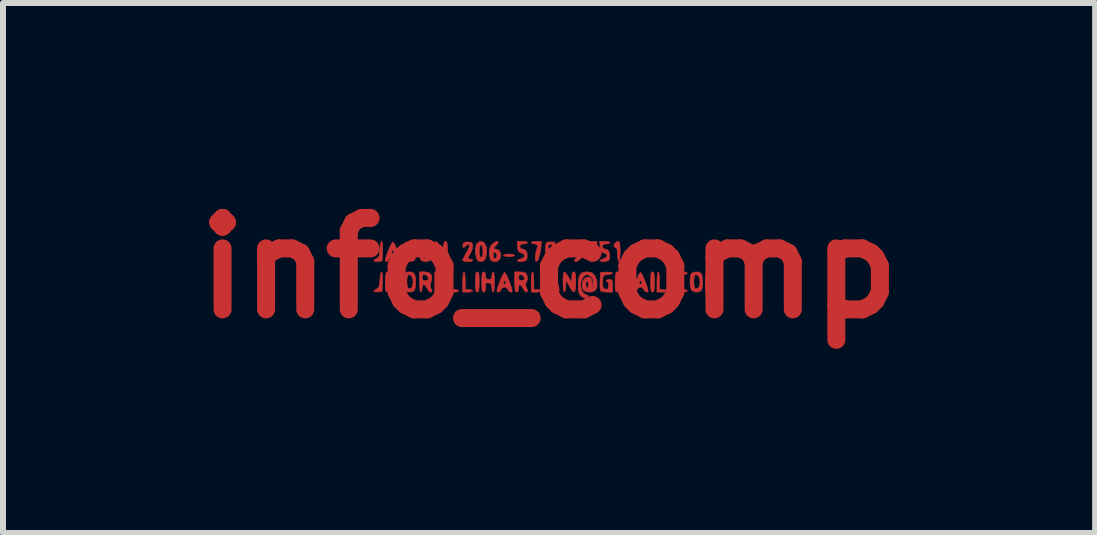
<source format=kicad_pcb>
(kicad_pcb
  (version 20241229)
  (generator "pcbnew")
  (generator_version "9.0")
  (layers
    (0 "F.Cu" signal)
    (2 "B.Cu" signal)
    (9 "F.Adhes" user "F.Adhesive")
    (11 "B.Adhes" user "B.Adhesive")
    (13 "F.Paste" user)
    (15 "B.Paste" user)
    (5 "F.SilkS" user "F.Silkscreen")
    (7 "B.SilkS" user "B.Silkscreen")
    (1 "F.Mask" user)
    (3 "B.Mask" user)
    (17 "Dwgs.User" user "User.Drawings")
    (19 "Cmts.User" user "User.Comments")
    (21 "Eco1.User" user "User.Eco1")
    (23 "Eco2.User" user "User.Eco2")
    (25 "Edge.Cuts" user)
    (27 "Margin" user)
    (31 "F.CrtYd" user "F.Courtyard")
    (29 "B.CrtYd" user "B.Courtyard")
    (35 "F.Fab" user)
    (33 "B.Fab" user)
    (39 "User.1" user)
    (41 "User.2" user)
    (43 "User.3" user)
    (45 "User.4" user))
  (footprint "info_comp"
    (layer "F.Cu")
    (at 6.103 1.418)
    (property "Reference" "info_comp" (at 0 0 0) (layer "F.Cu") (effects (font (size 1.524 1.524) (thickness 0.3))))
    (attr through_hole)
    (fp_poly (pts (xy 2.072 0.356) (xy 2.074 0.37) (xy 2.063 0.399) (xy 2.053 0.402) (xy 2.034 0.385) (xy 2.032 0.37) (xy 2.043 0.342) (xy 2.053 0.339) (xy 2.072 0.356)) (stroke (width 0.01) (type solid)) (fill yes) (layer "F.Cu"))
    (fp_poly (pts (xy -0.61 -0.229) (xy -0.576 -0.218) (xy -0.572 -0.212) (xy -0.59 -0.199) (xy -0.638 -0.191) (xy -0.667 -0.191) (xy -0.724 -0.195) (xy -0.758 -0.205) (xy -0.762 -0.212) (xy -0.743 -0.224) (xy -0.695 -0.232) (xy -0.667 -0.233) (xy -0.61 -0.229)) (stroke (width 0.01) (type solid)) (fill yes) (layer "F.Cu"))
    (fp_poly (pts (xy 0.3 -0.229) (xy 0.334 -0.218) (xy 0.339 -0.212) (xy 0.32 -0.199) (xy 0.272 -0.191) (xy 0.243 -0.191) (xy 0.187 -0.195) (xy 0.153 -0.205) (xy 0.148 -0.212) (xy 0.167 -0.224) (xy 0.215 -0.232) (xy 0.243 -0.233) (xy 0.3 -0.229)) (stroke (width 0.01) (type solid)) (fill yes) (layer "F.Cu"))
    (fp_poly (pts (xy -1.18 0.071) (xy -1.17 0.1) (xy -1.165 0.158) (xy -1.164 0.233) (xy -1.166 0.32) (xy -1.171 0.372) (xy -1.182 0.397) (xy -1.196 0.402) (xy -1.212 0.394) (xy -1.222 0.365) (xy -1.227 0.308) (xy -1.228 0.233) (xy -1.226 0.146) (xy -1.221 0.094) (xy -1.21 0.069) (xy -1.196 0.064) (xy -1.18 0.071)) (stroke (width 0.01) (type solid)) (fill yes) (layer "F.Cu"))
    (fp_poly (pts (xy 1.741 0.071) (xy 1.751 0.1) (xy 1.756 0.158) (xy 1.757 0.233) (xy 1.755 0.32) (xy 1.75 0.372) (xy 1.739 0.397) (xy 1.725 0.402) (xy 1.709 0.394) (xy 1.699 0.365) (xy 1.694 0.308) (xy 1.693 0.233) (xy 1.695 0.146) (xy 1.7 0.094) (xy 1.711 0.069) (xy 1.725 0.064) (xy 1.741 0.071)) (stroke (width 0.01) (type solid)) (fill yes) (layer "F.Cu"))
    (fp_poly (pts (xy -1.64 0.083) (xy -1.633 0.136) (xy -1.63 0.212) (xy -1.63 0.36) (xy -1.566 0.36) (xy -1.522 0.366) (xy -1.503 0.381) (xy -1.503 0.381) (xy -1.522 0.394) (xy -1.569 0.402) (xy -1.587 0.402) (xy -1.672 0.402) (xy -1.672 0.233) (xy -1.67 0.149) (xy -1.663 0.09) (xy -1.653 0.064) (xy -1.651 0.064) (xy -1.64 0.083)) (stroke (width 0.01) (type solid)) (fill yes) (layer "F.Cu"))
    (fp_poly (pts (xy -1.407 0.083) (xy -1.4 0.136) (xy -1.397 0.212) (xy -1.397 0.36) (xy -1.333 0.36) (xy -1.289 0.366) (xy -1.27 0.381) (xy -1.27 0.381) (xy -1.289 0.394) (xy -1.336 0.402) (xy -1.355 0.402) (xy -1.439 0.402) (xy -1.439 0.233) (xy -1.437 0.149) (xy -1.43 0.09) (xy -1.42 0.064) (xy -1.418 0.064) (xy -1.407 0.083)) (stroke (width 0.01) (type solid)) (fill yes) (layer "F.Cu"))
    (fp_poly (pts (xy -0.264 0.083) (xy -0.257 0.136) (xy -0.254 0.212) (xy -0.254 0.36) (xy -0.191 0.36) (xy -0.146 0.366) (xy -0.127 0.381) (xy -0.127 0.381) (xy -0.146 0.394) (xy -0.193 0.402) (xy -0.212 0.402) (xy -0.296 0.402) (xy -0.296 0.233) (xy -0.294 0.149) (xy -0.287 0.09) (xy -0.277 0.064) (xy -0.275 0.064) (xy -0.264 0.083)) (stroke (width 0.01) (type solid)) (fill yes) (layer "F.Cu"))
    (fp_poly (pts (xy 1.831 0.083) (xy 1.839 0.136) (xy 1.841 0.212) (xy 1.841 0.36) (xy 1.905 0.36) (xy 1.95 0.366) (xy 1.968 0.381) (xy 1.968 0.381) (xy 1.95 0.394) (xy 1.903 0.402) (xy 1.884 0.402) (xy 1.799 0.402) (xy 1.799 0.233) (xy 1.802 0.149) (xy 1.808 0.09) (xy 1.818 0.064) (xy 1.82 0.064) (xy 1.831 0.083)) (stroke (width 0.01) (type solid)) (fill yes) (layer "F.Cu"))
    (fp_poly (pts (xy -2.782 -0.425) (xy -2.777 -0.369) (xy -2.777 -0.285) (xy -2.777 -0.28) (xy -2.783 -0.116) (xy -2.852 -0.11) (xy -2.899 -0.11) (xy -2.921 -0.119) (xy -2.921 -0.121) (xy -2.904 -0.142) (xy -2.873 -0.159) (xy -2.846 -0.177) (xy -2.831 -0.207) (xy -2.823 -0.262) (xy -2.819 -0.312) (xy -2.813 -0.381) (xy -2.803 -0.429) (xy -2.792 -0.445) (xy -2.782 -0.425)) (stroke (width 0.01) (type solid)) (fill yes) (layer "F.Cu"))
    (fp_poly (pts (xy -2.782 0.083) (xy -2.777 0.139) (xy -2.777 0.223) (xy -2.777 0.228) (xy -2.783 0.392) (xy -2.852 0.398) (xy -2.899 0.398) (xy -2.921 0.389) (xy -2.921 0.387) (xy -2.904 0.366) (xy -2.873 0.349) (xy -2.846 0.331) (xy -2.831 0.301) (xy -2.823 0.246) (xy -2.819 0.196) (xy -2.813 0.127) (xy -2.803 0.079) (xy -2.792 0.064) (xy -2.782 0.083)) (stroke (width 0.01) (type solid)) (fill yes) (layer "F.Cu"))
    (fp_poly (pts (xy 1.164 -0.441) (xy 1.179 -0.401) (xy 1.185 -0.323) (xy 1.185 -0.275) (xy 1.183 -0.191) (xy 1.176 -0.132) (xy 1.166 -0.106) (xy 1.164 -0.106) (xy 1.153 -0.125) (xy 1.145 -0.174) (xy 1.143 -0.222) (xy 1.14 -0.292) (xy 1.13 -0.329) (xy 1.111 -0.339) (xy 1.084 -0.353) (xy 1.084 -0.387) (xy 1.105 -0.419) (xy 1.14 -0.446) (xy 1.164 -0.441)) (stroke (width 0.01) (type solid)) (fill yes) (layer "F.Cu"))
    (fp_poly (pts (xy -0.134 -0.355) (xy -0.142 -0.291) (xy -0.151 -0.242) (xy -0.154 -0.233) (xy -0.169 -0.184) (xy -0.173 -0.161) (xy -0.191 -0.122) (xy -0.207 -0.111) (xy -0.223 -0.118) (xy -0.229 -0.157) (xy -0.227 -0.198) (xy -0.22 -0.259) (xy -0.21 -0.301) (xy -0.206 -0.309) (xy -0.193 -0.342) (xy -0.191 -0.363) (xy -0.205 -0.394) (xy -0.243 -0.402) (xy -0.283 -0.409) (xy -0.296 -0.423) (xy -0.278 -0.437) (xy -0.231 -0.444) (xy -0.211 -0.445) (xy -0.127 -0.445) (xy -0.134 -0.355)) (stroke (width 0.01) (type solid)) (fill yes) (layer "F.Cu"))
    (fp_poly (pts (xy 2.289 0.07) (xy 2.306 0.086) (xy 2.285 0.102) (xy 2.249 0.11) (xy 2.216 0.116) (xy 2.198 0.134) (xy 2.192 0.172) (xy 2.191 0.233) (xy 2.192 0.3) (xy 2.2 0.335) (xy 2.219 0.351) (xy 2.249 0.356) (xy 2.291 0.367) (xy 2.307 0.382) (xy 2.289 0.397) (xy 2.247 0.402) (xy 2.196 0.398) (xy 2.154 0.385) (xy 2.142 0.377) (xy 2.128 0.343) (xy 2.119 0.282) (xy 2.117 0.233) (xy 2.122 0.147) (xy 2.142 0.095) (xy 2.182 0.069) (xy 2.237 0.064) (xy 2.289 0.07)) (stroke (width 0.01) (type solid)) (fill yes) (layer "F.Cu"))
    (fp_poly (pts (xy 0.796 -0.349) (xy 0.792 -0.292) (xy 0.783 -0.258) (xy 0.779 -0.254) (xy 0.766 -0.236) (xy 0.752 -0.19) (xy 0.75 -0.18) (xy 0.732 -0.123) (xy 0.71 -0.105) (xy 0.692 -0.125) (xy 0.685 -0.182) (xy 0.685 -0.196) (xy 0.69 -0.254) (xy 0.698 -0.291) (xy 0.701 -0.296) (xy 0.717 -0.323) (xy 0.729 -0.355) (xy 0.734 -0.388) (xy 0.714 -0.4) (xy 0.679 -0.402) (xy 0.634 -0.408) (xy 0.614 -0.423) (xy 0.614 -0.423) (xy 0.633 -0.436) (xy 0.68 -0.444) (xy 0.706 -0.445) (xy 0.798 -0.445) (xy 0.796 -0.349)) (stroke (width 0.01) (type solid)) (fill yes) (layer "F.Cu"))
    (fp_poly (pts (xy -1.767 0.068) (xy -1.738 0.08) (xy -1.736 0.085) (xy -1.754 0.1) (xy -1.798 0.106) (xy -1.799 0.106) (xy -1.846 0.112) (xy -1.862 0.137) (xy -1.863 0.148) (xy -1.851 0.181) (xy -1.809 0.19) (xy -1.808 0.191) (xy -1.769 0.2) (xy -1.764 0.222) (xy -1.79 0.243) (xy -1.817 0.25) (xy -1.854 0.27) (xy -1.863 0.308) (xy -1.856 0.345) (xy -1.826 0.359) (xy -1.799 0.36) (xy -1.755 0.366) (xy -1.736 0.381) (xy -1.736 0.381) (xy -1.754 0.394) (xy -1.801 0.402) (xy -1.82 0.402) (xy -1.905 0.402) (xy -1.905 0.064) (xy -1.82 0.064) (xy -1.767 0.068)) (stroke (width 0.01) (type solid)) (fill yes) (layer "F.Cu"))
    (fp_poly (pts (xy -1.709 -0.437) (xy -1.699 -0.408) (xy -1.694 -0.35) (xy -1.693 -0.275) (xy -1.697 -0.178) (xy -1.707 -0.123) (xy -1.726 -0.107) (xy -1.755 -0.132) (xy -1.794 -0.195) (xy -1.799 -0.206) (xy -1.852 -0.306) (xy -1.859 -0.206) (xy -1.866 -0.137) (xy -1.877 -0.108) (xy -1.888 -0.114) (xy -1.898 -0.153) (xy -1.904 -0.222) (xy -1.905 -0.275) (xy -1.903 -0.354) (xy -1.897 -0.413) (xy -1.889 -0.443) (xy -1.886 -0.445) (xy -1.865 -0.428) (xy -1.833 -0.385) (xy -1.813 -0.355) (xy -1.758 -0.265) (xy -1.758 -0.355) (xy -1.752 -0.416) (xy -1.736 -0.442) (xy -1.725 -0.445) (xy -1.709 -0.437)) (stroke (width 0.01) (type solid)) (fill yes) (layer "F.Cu"))
    (fp_poly (pts (xy 0.429 0.071) (xy 0.439 0.1) (xy 0.443 0.158) (xy 0.445 0.233) (xy 0.441 0.33) (xy 0.431 0.385) (xy 0.412 0.401) (xy 0.383 0.376) (xy 0.344 0.313) (xy 0.339 0.302) (xy 0.286 0.202) (xy 0.279 0.302) (xy 0.272 0.371) (xy 0.261 0.4) (xy 0.25 0.394) (xy 0.24 0.355) (xy 0.234 0.286) (xy 0.233 0.233) (xy 0.235 0.154) (xy 0.241 0.095) (xy 0.249 0.065) (xy 0.252 0.064) (xy 0.273 0.08) (xy 0.305 0.123) (xy 0.325 0.153) (xy 0.379 0.243) (xy 0.38 0.153) (xy 0.386 0.092) (xy 0.402 0.066) (xy 0.413 0.064) (xy 0.429 0.071)) (stroke (width 0.01) (type solid)) (fill yes) (layer "F.Cu"))
    (fp_poly (pts (xy -1.304 -0.43) (xy -1.281 -0.41) (xy -1.274 -0.375) (xy -1.281 -0.316) (xy -1.307 -0.252) (xy -1.311 -0.246) (xy -1.343 -0.19) (xy -1.352 -0.161) (xy -1.336 -0.15) (xy -1.312 -0.148) (xy -1.278 -0.139) (xy -1.27 -0.127) (xy -1.289 -0.114) (xy -1.336 -0.106) (xy -1.355 -0.106) (xy -1.41 -0.111) (xy -1.438 -0.125) (xy -1.439 -0.13) (xy -1.429 -0.16) (xy -1.402 -0.213) (xy -1.374 -0.26) (xy -1.338 -0.327) (xy -1.325 -0.372) (xy -1.329 -0.385) (xy -1.359 -0.389) (xy -1.382 -0.372) (xy -1.419 -0.342) (xy -1.436 -0.35) (xy -1.436 -0.386) (xy -1.423 -0.419) (xy -1.389 -0.432) (xy -1.355 -0.434) (xy -1.304 -0.43)) (stroke (width 0.01) (type solid)) (fill yes) (layer "F.Cu"))
    (fp_poly (pts (xy -1.078 -0.416) (xy -1.049 -0.36) (xy -1.039 -0.283) (xy -1.049 -0.197) (xy -1.049 -0.196) (xy -1.069 -0.141) (xy -1.098 -0.116) (xy -1.127 -0.11) (xy -1.174 -0.114) (xy -1.202 -0.147) (xy -1.206 -0.159) (xy -1.224 -0.234) (xy -1.225 -0.264) (xy -1.164 -0.264) (xy -1.16 -0.211) (xy -1.151 -0.184) (xy -1.126 -0.177) (xy -1.108 -0.206) (xy -1.101 -0.265) (xy -1.101 -0.271) (xy -1.106 -0.335) (xy -1.118 -0.377) (xy -1.135 -0.391) (xy -1.151 -0.37) (xy -1.161 -0.323) (xy -1.164 -0.264) (xy -1.225 -0.264) (xy -1.226 -0.315) (xy -1.213 -0.384) (xy -1.2 -0.411) (xy -1.155 -0.44) (xy -1.121 -0.441) (xy -1.078 -0.416)) (stroke (width 0.01) (type solid)) (fill yes) (layer "F.Cu"))
    (fp_poly (pts (xy -1.995 -0.43) (xy -1.962 -0.383) (xy -1.948 -0.302) (xy -1.947 -0.275) (xy -1.953 -0.209) (xy -1.965 -0.155) (xy -1.969 -0.147) (xy -2.007 -0.116) (xy -2.062 -0.106) (xy -2.116 -0.118) (xy -2.134 -0.131) (xy -2.148 -0.165) (xy -2.157 -0.226) (xy -2.159 -0.275) (xy -2.116 -0.275) (xy -2.11 -0.214) (xy -2.093 -0.175) (xy -2.057 -0.156) (xy -2.029 -0.175) (xy -2.014 -0.229) (xy -2.011 -0.275) (xy -2.019 -0.348) (xy -2.04 -0.387) (xy -2.071 -0.391) (xy -2.093 -0.375) (xy -2.11 -0.335) (xy -2.116 -0.275) (xy -2.159 -0.275) (xy -2.159 -0.275) (xy -2.153 -0.362) (xy -2.133 -0.415) (xy -2.094 -0.44) (xy -2.05 -0.445) (xy -1.995 -0.43)) (stroke (width 0.01) (type solid)) (fill yes) (layer "F.Cu"))
    (fp_poly (pts (xy -0.392 -0.44) (xy -0.362 -0.428) (xy -0.36 -0.423) (xy -0.378 -0.408) (xy -0.423 -0.402) (xy -0.423 -0.402) (xy -0.47 -0.396) (xy -0.486 -0.371) (xy -0.487 -0.36) (xy -0.472 -0.324) (xy -0.447 -0.318) (xy -0.396 -0.3) (xy -0.367 -0.25) (xy -0.364 -0.187) (xy -0.372 -0.14) (xy -0.395 -0.119) (xy -0.446 -0.11) (xy -0.45 -0.11) (xy -0.501 -0.11) (xy -0.528 -0.12) (xy -0.529 -0.123) (xy -0.511 -0.14) (xy -0.467 -0.155) (xy -0.464 -0.156) (xy -0.417 -0.178) (xy -0.406 -0.21) (xy -0.431 -0.24) (xy -0.466 -0.254) (xy -0.501 -0.269) (xy -0.518 -0.301) (xy -0.525 -0.355) (xy -0.532 -0.445) (xy -0.446 -0.445) (xy -0.392 -0.44)) (stroke (width 0.01) (type solid)) (fill yes) (layer "F.Cu"))
    (fp_poly (pts (xy 0.984 -0.44) (xy 1.014 -0.428) (xy 1.016 -0.423) (xy 0.998 -0.408) (xy 0.953 -0.402) (xy 0.953 -0.402) (xy 0.906 -0.396) (xy 0.89 -0.371) (xy 0.889 -0.36) (xy 0.904 -0.324) (xy 0.929 -0.318) (xy 0.98 -0.3) (xy 1.009 -0.25) (xy 1.012 -0.187) (xy 1.004 -0.14) (xy 0.981 -0.119) (xy 0.93 -0.11) (xy 0.926 -0.11) (xy 0.875 -0.11) (xy 0.848 -0.12) (xy 0.847 -0.123) (xy 0.865 -0.14) (xy 0.909 -0.155) (xy 0.912 -0.156) (xy 0.959 -0.178) (xy 0.97 -0.21) (xy 0.945 -0.24) (xy 0.91 -0.254) (xy 0.875 -0.269) (xy 0.858 -0.301) (xy 0.851 -0.355) (xy 0.844 -0.445) (xy 0.93 -0.445) (xy 0.984 -0.44)) (stroke (width 0.01) (type solid)) (fill yes) (layer "F.Cu"))
    (fp_poly (pts (xy -2.311 -0.44) (xy -2.259 -0.429) (xy -2.229 -0.409) (xy -2.227 -0.406) (xy -2.233 -0.387) (xy -2.272 -0.383) (xy -2.287 -0.385) (xy -2.343 -0.382) (xy -2.363 -0.362) (xy -2.346 -0.33) (xy -2.297 -0.294) (xy -2.247 -0.259) (xy -2.227 -0.226) (xy -2.227 -0.182) (xy -2.236 -0.138) (xy -2.261 -0.117) (xy -2.309 -0.11) (xy -2.38 -0.116) (xy -2.413 -0.137) (xy -2.43 -0.172) (xy -2.414 -0.187) (xy -2.37 -0.178) (xy -2.365 -0.176) (xy -2.313 -0.163) (xy -2.275 -0.172) (xy -2.265 -0.193) (xy -2.282 -0.213) (xy -2.325 -0.241) (xy -2.34 -0.248) (xy -2.401 -0.292) (xy -2.429 -0.342) (xy -2.426 -0.39) (xy -2.394 -0.426) (xy -2.332 -0.441) (xy -2.311 -0.44)) (stroke (width 0.01) (type solid)) (fill yes) (layer "F.Cu"))
    (fp_poly (pts (xy -2.274 0.073) (xy -2.241 0.106) (xy -2.225 0.168) (xy -2.223 0.233) (xy -2.227 0.303) (xy -2.238 0.357) (xy -2.248 0.377) (xy -2.295 0.4) (xy -2.352 0.399) (xy -2.4 0.377) (xy -2.412 0.361) (xy -2.427 0.311) (xy -2.433 0.242) (xy -2.432 0.198) (xy -2.37 0.198) (xy -2.369 0.259) (xy -2.362 0.313) (xy -2.347 0.343) (xy -2.344 0.345) (xy -2.303 0.341) (xy -2.275 0.303) (xy -2.265 0.235) (xy -2.265 0.233) (xy -2.274 0.17) (xy -2.299 0.126) (xy -2.332 0.11) (xy -2.349 0.116) (xy -2.363 0.145) (xy -2.37 0.198) (xy -2.432 0.198) (xy -2.431 0.17) (xy -2.421 0.113) (xy -2.409 0.089) (xy -2.369 0.069) (xy -2.328 0.064) (xy -2.274 0.073)) (stroke (width 0.01) (type solid)) (fill yes) (layer "F.Cu"))
    (fp_poly (pts (xy 0.102 -0.31) (xy 0.102 -0.228) (xy 0.091 -0.175) (xy 0.072 -0.146) (xy 0.034 -0.118) (xy -0.008 -0.106) (xy -0.037 -0.113) (xy -0.042 -0.126) (xy -0.026 -0.151) (xy 0 -0.169) (xy 0.037 -0.199) (xy 0.032 -0.223) (xy -0.012 -0.242) (xy -0.046 -0.255) (xy -0.06 -0.281) (xy -0.06 -0.33) (xy -0.014 -0.33) (xy -0.014 -0.33) (xy 0.012 -0.301) (xy 0.043 -0.301) (xy 0.063 -0.328) (xy 0.064 -0.337) (xy 0.053 -0.379) (xy 0.04 -0.393) (xy 0.009 -0.394) (xy -0.014 -0.368) (xy -0.014 -0.33) (xy -0.06 -0.33) (xy -0.06 -0.332) (xy -0.059 -0.345) (xy -0.053 -0.401) (xy -0.038 -0.426) (xy -0.004 -0.434) (xy 0.021 -0.434) (xy 0.095 -0.434) (xy 0.102 -0.31)) (stroke (width 0.01) (type solid)) (fill yes) (layer "F.Cu"))
    (fp_poly (pts (xy 0.529 -0.431) (xy 0.56 -0.388) (xy 0.571 -0.312) (xy 0.572 -0.296) (xy 0.565 -0.222) (xy 0.541 -0.172) (xy 0.523 -0.152) (xy 0.478 -0.118) (xy 0.441 -0.105) (xy 0.424 -0.117) (xy 0.423 -0.12) (xy 0.436 -0.144) (xy 0.468 -0.182) (xy 0.469 -0.184) (xy 0.499 -0.218) (xy 0.5 -0.231) (xy 0.474 -0.233) (xy 0.474 -0.233) (xy 0.417 -0.25) (xy 0.386 -0.3) (xy 0.381 -0.339) (xy 0.382 -0.344) (xy 0.448 -0.344) (xy 0.453 -0.305) (xy 0.476 -0.296) (xy 0.502 -0.311) (xy 0.504 -0.344) (xy 0.491 -0.381) (xy 0.476 -0.392) (xy 0.457 -0.374) (xy 0.448 -0.344) (xy 0.382 -0.344) (xy 0.397 -0.403) (xy 0.44 -0.439) (xy 0.476 -0.445) (xy 0.529 -0.431)) (stroke (width 0.01) (type solid)) (fill yes) (layer "F.Cu"))
    (fp_poly (pts (xy 1.022 0.069) (xy 1.054 0.079) (xy 1.052 0.093) (xy 1.011 0.106) (xy 0.979 0.11) (xy 0.932 0.116) (xy 0.907 0.131) (xy 0.897 0.167) (xy 0.893 0.22) (xy 0.895 0.299) (xy 0.911 0.339) (xy 0.914 0.342) (xy 0.961 0.359) (xy 0.988 0.339) (xy 0.995 0.296) (xy 0.989 0.252) (xy 0.974 0.233) (xy 0.974 0.233) (xy 0.953 0.217) (xy 0.953 0.212) (xy 0.971 0.196) (xy 1.005 0.191) (xy 1.037 0.194) (xy 1.052 0.211) (xy 1.058 0.254) (xy 1.058 0.296) (xy 1.058 0.402) (xy 0.962 0.402) (xy 0.893 0.396) (xy 0.857 0.377) (xy 0.855 0.373) (xy 0.851 0.338) (xy 0.849 0.275) (xy 0.851 0.209) (xy 0.857 0.074) (xy 0.958 0.068) (xy 1.022 0.069)) (stroke (width 0.01) (type solid)) (fill yes) (layer "F.Cu"))
    (fp_poly (pts (xy 2.53 0.084) (xy 2.536 0.089) (xy 2.551 0.126) (xy 2.559 0.189) (xy 2.56 0.262) (xy 2.553 0.328) (xy 2.54 0.372) (xy 2.536 0.377) (xy 2.489 0.4) (xy 2.432 0.399) (xy 2.384 0.377) (xy 2.371 0.361) (xy 2.357 0.311) (xy 2.35 0.242) (xy 2.352 0.198) (xy 2.414 0.198) (xy 2.414 0.259) (xy 2.422 0.313) (xy 2.436 0.343) (xy 2.439 0.345) (xy 2.48 0.341) (xy 2.508 0.303) (xy 2.519 0.235) (xy 2.519 0.233) (xy 2.509 0.17) (xy 2.485 0.126) (xy 2.452 0.11) (xy 2.435 0.116) (xy 2.421 0.145) (xy 2.414 0.198) (xy 2.352 0.198) (xy 2.353 0.17) (xy 2.363 0.113) (xy 2.375 0.089) (xy 2.421 0.068) (xy 2.48 0.066) (xy 2.53 0.084)) (stroke (width 0.01) (type solid)) (fill yes) (layer "F.Cu"))
    (fp_poly (pts (xy -2.587 -0.416) (xy -2.562 -0.369) (xy -2.533 -0.305) (xy -2.507 -0.235) (xy -2.486 -0.172) (xy -2.477 -0.127) (xy -2.477 -0.123) (xy -2.489 -0.105) (xy -2.516 -0.111) (xy -2.54 -0.134) (xy -2.546 -0.148) (xy -2.575 -0.184) (xy -2.603 -0.191) (xy -2.647 -0.173) (xy -2.661 -0.148) (xy -2.68 -0.119) (xy -2.708 -0.105) (xy -2.728 -0.112) (xy -2.731 -0.123) (xy -2.723 -0.164) (xy -2.704 -0.225) (xy -2.689 -0.265) (xy -2.625 -0.265) (xy -2.613 -0.236) (xy -2.603 -0.233) (xy -2.585 -0.25) (xy -2.582 -0.265) (xy -2.594 -0.293) (xy -2.603 -0.296) (xy -2.622 -0.279) (xy -2.625 -0.265) (xy -2.689 -0.265) (xy -2.678 -0.295) (xy -2.649 -0.36) (xy -2.624 -0.41) (xy -2.605 -0.433) (xy -2.603 -0.434) (xy -2.587 -0.416)) (stroke (width 0.01) (type solid)) (fill yes) (layer "F.Cu"))
    (fp_poly (pts (xy -0.847 -0.433) (xy -0.847 -0.43) (xy -0.86 -0.406) (xy -0.891 -0.368) (xy -0.893 -0.366) (xy -0.923 -0.333) (xy -0.924 -0.32) (xy -0.897 -0.318) (xy -0.897 -0.318) (xy -0.84 -0.3) (xy -0.809 -0.251) (xy -0.804 -0.212) (xy -0.82 -0.147) (xy -0.864 -0.111) (xy -0.9 -0.106) (xy -0.948 -0.117) (xy -0.969 -0.131) (xy -0.985 -0.167) (xy -0.994 -0.225) (xy -0.931 -0.225) (xy -0.926 -0.181) (xy -0.918 -0.163) (xy -0.892 -0.157) (xy -0.872 -0.183) (xy -0.868 -0.211) (xy -0.883 -0.25) (xy -0.9 -0.262) (xy -0.925 -0.259) (xy -0.931 -0.225) (xy -0.994 -0.225) (xy -0.994 -0.226) (xy -0.995 -0.255) (xy -0.988 -0.328) (xy -0.964 -0.378) (xy -0.946 -0.398) (xy -0.901 -0.432) (xy -0.864 -0.445) (xy -0.847 -0.433)) (stroke (width 0.01) (type solid)) (fill yes) (layer "F.Cu"))
    (fp_poly (pts (xy -0.724 0.092) (xy -0.699 0.139) (xy -0.671 0.203) (xy -0.644 0.273) (xy -0.624 0.336) (xy -0.614 0.381) (xy -0.614 0.385) (xy -0.626 0.403) (xy -0.653 0.397) (xy -0.678 0.374) (xy -0.683 0.36) (xy -0.712 0.324) (xy -0.741 0.318) (xy -0.785 0.335) (xy -0.798 0.36) (xy -0.817 0.389) (xy -0.845 0.403) (xy -0.865 0.396) (xy -0.868 0.385) (xy -0.86 0.344) (xy -0.841 0.283) (xy -0.826 0.243) (xy -0.762 0.243) (xy -0.751 0.272) (xy -0.741 0.275) (xy -0.722 0.258) (xy -0.72 0.243) (xy -0.731 0.215) (xy -0.741 0.212) (xy -0.76 0.229) (xy -0.762 0.243) (xy -0.826 0.243) (xy -0.815 0.213) (xy -0.787 0.148) (xy -0.761 0.098) (xy -0.743 0.075) (xy -0.741 0.074) (xy -0.724 0.092)) (stroke (width 0.01) (type solid)) (fill yes) (layer "F.Cu"))
    (fp_poly (pts (xy 0.073 0.082) (xy 0.098 0.129) (xy 0.124 0.194) (xy 0.148 0.263) (xy 0.164 0.326) (xy 0.169 0.364) (xy 0.16 0.397) (xy 0.138 0.396) (xy 0.117 0.362) (xy 0.116 0.36) (xy 0.085 0.324) (xy 0.054 0.318) (xy 0.008 0.334) (xy -0.006 0.36) (xy -0.025 0.392) (xy -0.049 0.402) (xy -0.063 0.384) (xy -0.064 0.377) (xy -0.057 0.334) (xy -0.039 0.271) (xy -0.025 0.231) (xy 0.037 0.231) (xy 0.038 0.268) (xy 0.055 0.275) (xy 0.082 0.266) (xy 0.084 0.259) (xy 0.074 0.229) (xy 0.066 0.215) (xy 0.05 0.202) (xy 0.037 0.228) (xy 0.037 0.231) (xy -0.025 0.231) (xy -0.014 0.201) (xy 0.012 0.135) (xy 0.037 0.086) (xy 0.054 0.064) (xy 0.055 0.064) (xy 0.073 0.082)) (stroke (width 0.01) (type solid)) (fill yes) (layer "F.Cu"))
    (fp_poly (pts (xy 1.541 0.092) (xy 1.566 0.139) (xy 1.594 0.203) (xy 1.621 0.273) (xy 1.641 0.336) (xy 1.651 0.381) (xy 1.651 0.385) (xy 1.639 0.403) (xy 1.612 0.397) (xy 1.587 0.374) (xy 1.581 0.36) (xy 1.553 0.324) (xy 1.524 0.318) (xy 1.48 0.335) (xy 1.467 0.36) (xy 1.448 0.389) (xy 1.42 0.403) (xy 1.4 0.396) (xy 1.397 0.385) (xy 1.404 0.344) (xy 1.424 0.283) (xy 1.438 0.243) (xy 1.503 0.243) (xy 1.514 0.272) (xy 1.524 0.275) (xy 1.543 0.258) (xy 1.545 0.243) (xy 1.534 0.215) (xy 1.524 0.212) (xy 1.505 0.229) (xy 1.503 0.243) (xy 1.438 0.243) (xy 1.45 0.213) (xy 1.478 0.148) (xy 1.504 0.098) (xy 1.522 0.075) (xy 1.524 0.074) (xy 1.541 0.092)) (stroke (width 0.01) (type solid)) (fill yes) (layer "F.Cu"))
    (fp_poly (pts (xy -2.665 0.084) (xy -2.646 0.116) (xy -2.621 0.155) (xy -2.603 0.169) (xy -2.584 0.153) (xy -2.561 0.116) (xy -2.528 0.068) (xy -2.503 0.062) (xy -2.487 0.097) (xy -2.478 0.173) (xy -2.477 0.233) (xy -2.478 0.32) (xy -2.483 0.372) (xy -2.494 0.397) (xy -2.508 0.402) (xy -2.529 0.39) (xy -2.539 0.348) (xy -2.54 0.304) (xy -2.542 0.246) (xy -2.549 0.223) (xy -2.566 0.228) (xy -2.572 0.233) (xy -2.606 0.249) (xy -2.635 0.233) (xy -2.655 0.222) (xy -2.664 0.237) (xy -2.667 0.285) (xy -2.667 0.304) (xy -2.671 0.368) (xy -2.684 0.398) (xy -2.699 0.402) (xy -2.715 0.394) (xy -2.725 0.365) (xy -2.729 0.308) (xy -2.731 0.233) (xy -2.726 0.134) (xy -2.714 0.076) (xy -2.694 0.06) (xy -2.665 0.084)) (stroke (width 0.01) (type solid)) (fill yes) (layer "F.Cu"))
    (fp_poly (pts (xy 1.166 0.084) (xy 1.185 0.116) (xy 1.21 0.155) (xy 1.228 0.169) (xy 1.247 0.153) (xy 1.27 0.116) (xy 1.303 0.068) (xy 1.328 0.062) (xy 1.345 0.097) (xy 1.353 0.173) (xy 1.355 0.233) (xy 1.353 0.32) (xy 1.348 0.372) (xy 1.337 0.397) (xy 1.323 0.402) (xy 1.302 0.39) (xy 1.293 0.348) (xy 1.291 0.304) (xy 1.289 0.246) (xy 1.282 0.223) (xy 1.266 0.228) (xy 1.259 0.233) (xy 1.226 0.249) (xy 1.196 0.233) (xy 1.177 0.222) (xy 1.167 0.237) (xy 1.164 0.285) (xy 1.164 0.304) (xy 1.16 0.368) (xy 1.147 0.398) (xy 1.132 0.402) (xy 1.116 0.394) (xy 1.106 0.365) (xy 1.102 0.308) (xy 1.101 0.233) (xy 1.105 0.134) (xy 1.117 0.076) (xy 1.138 0.06) (xy 1.166 0.084)) (stroke (width 0.01) (type solid)) (fill yes) (layer "F.Cu"))
    (fp_poly (pts (xy 2.669 0.084) (xy 2.688 0.116) (xy 2.713 0.155) (xy 2.731 0.169) (xy 2.75 0.153) (xy 2.773 0.116) (xy 2.806 0.068) (xy 2.831 0.062) (xy 2.847 0.097) (xy 2.856 0.173) (xy 2.857 0.233) (xy 2.856 0.32) (xy 2.851 0.372) (xy 2.84 0.397) (xy 2.826 0.402) (xy 2.805 0.39) (xy 2.795 0.348) (xy 2.794 0.304) (xy 2.792 0.246) (xy 2.785 0.223) (xy 2.768 0.228) (xy 2.762 0.233) (xy 2.728 0.249) (xy 2.699 0.233) (xy 2.679 0.222) (xy 2.67 0.237) (xy 2.667 0.285) (xy 2.667 0.304) (xy 2.663 0.368) (xy 2.65 0.398) (xy 2.635 0.402) (xy 2.619 0.394) (xy 2.609 0.365) (xy 2.605 0.308) (xy 2.603 0.233) (xy 2.608 0.134) (xy 2.62 0.076) (xy 2.64 0.06) (xy 2.669 0.084)) (stroke (width 0.01) (type solid)) (fill yes) (layer "F.Cu"))
    (fp_poly (pts (xy -2.001 0.078) (xy -1.959 0.118) (xy -1.953 0.182) (xy -1.967 0.23) (xy -1.982 0.291) (xy -1.97 0.335) (xy -1.95 0.38) (xy -1.955 0.399) (xy -1.977 0.402) (xy -2.004 0.385) (xy -2.031 0.342) (xy -2.032 0.339) (xy -2.058 0.295) (xy -2.086 0.275) (xy -2.087 0.275) (xy -2.11 0.294) (xy -2.117 0.339) (xy -2.123 0.383) (xy -2.138 0.402) (xy -2.138 0.402) (xy -2.148 0.382) (xy -2.156 0.328) (xy -2.159 0.248) (xy -2.159 0.233) (xy -2.159 0.159) (xy -2.117 0.159) (xy -2.108 0.199) (xy -2.074 0.211) (xy -2.064 0.212) (xy -2.022 0.201) (xy -2.011 0.172) (xy -2.029 0.131) (xy -2.077 0.108) (xy -2.097 0.106) (xy -2.112 0.124) (xy -2.117 0.159) (xy -2.159 0.159) (xy -2.159 0.064) (xy -2.074 0.064) (xy -2.001 0.078)) (stroke (width 0.01) (type solid)) (fill yes) (layer "F.Cu"))
    (fp_poly (pts (xy -0.921 0.083) (xy -0.913 0.137) (xy -0.91 0.218) (xy -0.91 0.233) (xy -0.913 0.317) (xy -0.919 0.376) (xy -0.929 0.402) (xy -0.931 0.402) (xy -0.946 0.384) (xy -0.952 0.338) (xy -0.953 0.331) (xy -0.958 0.279) (xy -0.981 0.256) (xy -1.005 0.249) (xy -1.04 0.246) (xy -1.055 0.263) (xy -1.058 0.309) (xy -1.058 0.32) (xy -1.064 0.378) (xy -1.082 0.401) (xy -1.09 0.402) (xy -1.106 0.394) (xy -1.116 0.365) (xy -1.121 0.308) (xy -1.122 0.233) (xy -1.12 0.146) (xy -1.115 0.094) (xy -1.104 0.069) (xy -1.09 0.064) (xy -1.065 0.082) (xy -1.058 0.127) (xy -1.053 0.172) (xy -1.028 0.189) (xy -1.005 0.191) (xy -0.968 0.184) (xy -0.954 0.155) (xy -0.953 0.127) (xy -0.946 0.082) (xy -0.932 0.064) (xy -0.931 0.064) (xy -0.921 0.083)) (stroke (width 0.01) (type solid)) (fill yes) (layer "F.Cu"))
    (fp_poly (pts (xy -0.432 0.07) (xy -0.39 0.085) (xy -0.385 0.089) (xy -0.364 0.133) (xy -0.362 0.192) (xy -0.377 0.241) (xy -0.383 0.247) (xy -0.395 0.28) (xy -0.383 0.314) (xy -0.364 0.357) (xy -0.36 0.38) (xy -0.37 0.402) (xy -0.394 0.393) (xy -0.423 0.357) (xy -0.434 0.339) (xy -0.462 0.296) (xy -0.486 0.275) (xy -0.487 0.275) (xy -0.502 0.294) (xy -0.508 0.338) (xy -0.508 0.339) (xy -0.517 0.389) (xy -0.54 0.402) (xy -0.556 0.394) (xy -0.566 0.365) (xy -0.57 0.308) (xy -0.572 0.233) (xy -0.572 0.159) (xy -0.508 0.159) (xy -0.498 0.2) (xy -0.467 0.212) (xy -0.426 0.201) (xy -0.412 0.19) (xy -0.413 0.157) (xy -0.438 0.123) (xy -0.475 0.106) (xy -0.479 0.106) (xy -0.502 0.124) (xy -0.508 0.159) (xy -0.572 0.159) (xy -0.572 0.064) (xy -0.491 0.064) (xy -0.432 0.07)) (stroke (width 0.01) (type solid)) (fill yes) (layer "F.Cu"))
    (fp_poly (pts (xy 0.715 0.08) (xy 0.767 0.13) (xy 0.796 0.215) (xy 0.798 0.228) (xy 0.799 0.316) (xy 0.773 0.372) (xy 0.718 0.399) (xy 0.681 0.402) (xy 0.607 0.392) (xy 0.566 0.359) (xy 0.551 0.298) (xy 0.55 0.283) (xy 0.552 0.275) (xy 0.614 0.275) (xy 0.62 0.32) (xy 0.635 0.339) (xy 0.635 0.339) (xy 0.65 0.32) (xy 0.656 0.276) (xy 0.656 0.275) (xy 0.65 0.231) (xy 0.635 0.212) (xy 0.635 0.212) (xy 0.62 0.23) (xy 0.614 0.274) (xy 0.614 0.275) (xy 0.552 0.275) (xy 0.565 0.213) (xy 0.603 0.167) (xy 0.657 0.152) (xy 0.664 0.152) (xy 0.694 0.165) (xy 0.712 0.201) (xy 0.722 0.254) (xy 0.734 0.349) (xy 0.738 0.26) (xy 0.734 0.196) (xy 0.714 0.156) (xy 0.694 0.139) (xy 0.647 0.111) (xy 0.614 0.113) (xy 0.574 0.145) (xy 0.572 0.148) (xy 0.539 0.203) (xy 0.527 0.271) (xy 0.534 0.34) (xy 0.558 0.4) (xy 0.596 0.437) (xy 0.626 0.445) (xy 0.653 0.461) (xy 0.656 0.476) (xy 0.641 0.503) (xy 0.604 0.505) (xy 0.557 0.484) (xy 0.533 0.465) (xy 0.507 0.434) (xy 0.493 0.393) (xy 0.488 0.331) (xy 0.487 0.278) (xy 0.493 0.178) (xy 0.515 0.113) (xy 0.555 0.077) (xy 0.62 0.064) (xy 0.639 0.064) (xy 0.715 0.08)) (stroke (width 0.01) (type solid)) (fill yes) (layer "F.Cu"))
    (fp_poly (pts (xy 2.072 0.356) (xy 2.074 0.37) (xy 2.063 0.399) (xy 2.053 0.402) (xy 2.034 0.385) (xy 2.032 0.37) (xy 2.043 0.342) (xy 2.053 0.339) (xy 2.072 0.356)) (stroke (width 0.01) (type solid)) (fill yes) (layer "F.Mask"))
    (fp_poly (pts (xy -0.61 -0.229) (xy -0.576 -0.218) (xy -0.572 -0.212) (xy -0.59 -0.199) (xy -0.638 -0.191) (xy -0.667 -0.191) (xy -0.724 -0.195) (xy -0.758 -0.205) (xy -0.762 -0.212) (xy -0.743 -0.224) (xy -0.695 -0.232) (xy -0.667 -0.233) (xy -0.61 -0.229)) (stroke (width 0.01) (type solid)) (fill yes) (layer "F.Mask"))
    (fp_poly (pts (xy 0.3 -0.229) (xy 0.334 -0.218) (xy 0.339 -0.212) (xy 0.32 -0.199) (xy 0.272 -0.191) (xy 0.243 -0.191) (xy 0.187 -0.195) (xy 0.153 -0.205) (xy 0.148 -0.212) (xy 0.167 -0.224) (xy 0.215 -0.232) (xy 0.243 -0.233) (xy 0.3 -0.229)) (stroke (width 0.01) (type solid)) (fill yes) (layer "F.Mask"))
    (fp_poly (pts (xy -1.18 0.071) (xy -1.17 0.1) (xy -1.165 0.158) (xy -1.164 0.233) (xy -1.166 0.32) (xy -1.171 0.372) (xy -1.182 0.397) (xy -1.196 0.402) (xy -1.212 0.394) (xy -1.222 0.365) (xy -1.227 0.308) (xy -1.228 0.233) (xy -1.226 0.146) (xy -1.221 0.094) (xy -1.21 0.069) (xy -1.196 0.064) (xy -1.18 0.071)) (stroke (width 0.01) (type solid)) (fill yes) (layer "F.Mask"))
    (fp_poly (pts (xy 1.741 0.071) (xy 1.751 0.1) (xy 1.756 0.158) (xy 1.757 0.233) (xy 1.755 0.32) (xy 1.75 0.372) (xy 1.739 0.397) (xy 1.725 0.402) (xy 1.709 0.394) (xy 1.699 0.365) (xy 1.694 0.308) (xy 1.693 0.233) (xy 1.695 0.146) (xy 1.7 0.094) (xy 1.711 0.069) (xy 1.725 0.064) (xy 1.741 0.071)) (stroke (width 0.01) (type solid)) (fill yes) (layer "F.Mask"))
    (fp_poly (pts (xy -1.64 0.083) (xy -1.633 0.136) (xy -1.63 0.212) (xy -1.63 0.36) (xy -1.566 0.36) (xy -1.522 0.366) (xy -1.503 0.381) (xy -1.503 0.381) (xy -1.522 0.394) (xy -1.569 0.402) (xy -1.587 0.402) (xy -1.672 0.402) (xy -1.672 0.233) (xy -1.67 0.149) (xy -1.663 0.09) (xy -1.653 0.064) (xy -1.651 0.064) (xy -1.64 0.083)) (stroke (width 0.01) (type solid)) (fill yes) (layer "F.Mask"))
    (fp_poly (pts (xy -1.407 0.083) (xy -1.4 0.136) (xy -1.397 0.212) (xy -1.397 0.36) (xy -1.333 0.36) (xy -1.289 0.366) (xy -1.27 0.381) (xy -1.27 0.381) (xy -1.289 0.394) (xy -1.336 0.402) (xy -1.355 0.402) (xy -1.439 0.402) (xy -1.439 0.233) (xy -1.437 0.149) (xy -1.43 0.09) (xy -1.42 0.064) (xy -1.418 0.064) (xy -1.407 0.083)) (stroke (width 0.01) (type solid)) (fill yes) (layer "F.Mask"))
    (fp_poly (pts (xy -0.264 0.083) (xy -0.257 0.136) (xy -0.254 0.212) (xy -0.254 0.36) (xy -0.191 0.36) (xy -0.146 0.366) (xy -0.127 0.381) (xy -0.127 0.381) (xy -0.146 0.394) (xy -0.193 0.402) (xy -0.212 0.402) (xy -0.296 0.402) (xy -0.296 0.233) (xy -0.294 0.149) (xy -0.287 0.09) (xy -0.277 0.064) (xy -0.275 0.064) (xy -0.264 0.083)) (stroke (width 0.01) (type solid)) (fill yes) (layer "F.Mask"))
    (fp_poly (pts (xy 1.831 0.083) (xy 1.839 0.136) (xy 1.841 0.212) (xy 1.841 0.36) (xy 1.905 0.36) (xy 1.95 0.366) (xy 1.968 0.381) (xy 1.968 0.381) (xy 1.95 0.394) (xy 1.903 0.402) (xy 1.884 0.402) (xy 1.799 0.402) (xy 1.799 0.233) (xy 1.802 0.149) (xy 1.808 0.09) (xy 1.818 0.064) (xy 1.82 0.064) (xy 1.831 0.083)) (stroke (width 0.01) (type solid)) (fill yes) (layer "F.Mask"))
    (fp_poly (pts (xy -2.782 -0.425) (xy -2.777 -0.369) (xy -2.777 -0.285) (xy -2.777 -0.28) (xy -2.783 -0.116) (xy -2.852 -0.11) (xy -2.899 -0.11) (xy -2.921 -0.119) (xy -2.921 -0.121) (xy -2.904 -0.142) (xy -2.873 -0.159) (xy -2.846 -0.177) (xy -2.831 -0.207) (xy -2.823 -0.262) (xy -2.819 -0.312) (xy -2.813 -0.381) (xy -2.803 -0.429) (xy -2.792 -0.445) (xy -2.782 -0.425)) (stroke (width 0.01) (type solid)) (fill yes) (layer "F.Mask"))
    (fp_poly (pts (xy -2.782 0.083) (xy -2.777 0.139) (xy -2.777 0.223) (xy -2.777 0.228) (xy -2.783 0.392) (xy -2.852 0.398) (xy -2.899 0.398) (xy -2.921 0.389) (xy -2.921 0.387) (xy -2.904 0.366) (xy -2.873 0.349) (xy -2.846 0.331) (xy -2.831 0.301) (xy -2.823 0.246) (xy -2.819 0.196) (xy -2.813 0.127) (xy -2.803 0.079) (xy -2.792 0.064) (xy -2.782 0.083)) (stroke (width 0.01) (type solid)) (fill yes) (layer "F.Mask"))
    (fp_poly (pts (xy 1.164 -0.441) (xy 1.179 -0.401) (xy 1.185 -0.323) (xy 1.185 -0.275) (xy 1.183 -0.191) (xy 1.176 -0.132) (xy 1.166 -0.106) (xy 1.164 -0.106) (xy 1.153 -0.125) (xy 1.145 -0.174) (xy 1.143 -0.222) (xy 1.14 -0.292) (xy 1.13 -0.329) (xy 1.111 -0.339) (xy 1.084 -0.353) (xy 1.084 -0.387) (xy 1.105 -0.419) (xy 1.14 -0.446) (xy 1.164 -0.441)) (stroke (width 0.01) (type solid)) (fill yes) (layer "F.Mask"))
    (fp_poly (pts (xy -0.134 -0.355) (xy -0.142 -0.291) (xy -0.151 -0.242) (xy -0.154 -0.233) (xy -0.169 -0.184) (xy -0.173 -0.161) (xy -0.191 -0.122) (xy -0.207 -0.111) (xy -0.223 -0.118) (xy -0.229 -0.157) (xy -0.227 -0.198) (xy -0.22 -0.259) (xy -0.21 -0.301) (xy -0.206 -0.309) (xy -0.193 -0.342) (xy -0.191 -0.363) (xy -0.205 -0.394) (xy -0.243 -0.402) (xy -0.283 -0.409) (xy -0.296 -0.423) (xy -0.278 -0.437) (xy -0.231 -0.444) (xy -0.211 -0.445) (xy -0.127 -0.445) (xy -0.134 -0.355)) (stroke (width 0.01) (type solid)) (fill yes) (layer "F.Mask"))
    (fp_poly (pts (xy 2.289 0.07) (xy 2.306 0.086) (xy 2.285 0.102) (xy 2.249 0.11) (xy 2.216 0.116) (xy 2.198 0.134) (xy 2.192 0.172) (xy 2.191 0.233) (xy 2.192 0.3) (xy 2.2 0.335) (xy 2.219 0.351) (xy 2.249 0.356) (xy 2.291 0.367) (xy 2.307 0.382) (xy 2.289 0.397) (xy 2.247 0.402) (xy 2.196 0.398) (xy 2.154 0.385) (xy 2.142 0.377) (xy 2.128 0.343) (xy 2.119 0.282) (xy 2.117 0.233) (xy 2.122 0.147) (xy 2.142 0.095) (xy 2.182 0.069) (xy 2.237 0.064) (xy 2.289 0.07)) (stroke (width 0.01) (type solid)) (fill yes) (layer "F.Mask"))
    (fp_poly (pts (xy 0.796 -0.349) (xy 0.792 -0.292) (xy 0.783 -0.258) (xy 0.779 -0.254) (xy 0.766 -0.236) (xy 0.752 -0.19) (xy 0.75 -0.18) (xy 0.732 -0.123) (xy 0.71 -0.105) (xy 0.692 -0.125) (xy 0.685 -0.182) (xy 0.685 -0.196) (xy 0.69 -0.254) (xy 0.698 -0.291) (xy 0.701 -0.296) (xy 0.717 -0.323) (xy 0.729 -0.355) (xy 0.734 -0.388) (xy 0.714 -0.4) (xy 0.679 -0.402) (xy 0.634 -0.408) (xy 0.614 -0.423) (xy 0.614 -0.423) (xy 0.633 -0.436) (xy 0.68 -0.444) (xy 0.706 -0.445) (xy 0.798 -0.445) (xy 0.796 -0.349)) (stroke (width 0.01) (type solid)) (fill yes) (layer "F.Mask"))
    (fp_poly (pts (xy -1.767 0.068) (xy -1.738 0.08) (xy -1.736 0.085) (xy -1.754 0.1) (xy -1.798 0.106) (xy -1.799 0.106) (xy -1.846 0.112) (xy -1.862 0.137) (xy -1.863 0.148) (xy -1.851 0.181) (xy -1.809 0.19) (xy -1.808 0.191) (xy -1.769 0.2) (xy -1.764 0.222) (xy -1.79 0.243) (xy -1.817 0.25) (xy -1.854 0.27) (xy -1.863 0.308) (xy -1.856 0.345) (xy -1.826 0.359) (xy -1.799 0.36) (xy -1.755 0.366) (xy -1.736 0.381) (xy -1.736 0.381) (xy -1.754 0.394) (xy -1.801 0.402) (xy -1.82 0.402) (xy -1.905 0.402) (xy -1.905 0.064) (xy -1.82 0.064) (xy -1.767 0.068)) (stroke (width 0.01) (type solid)) (fill yes) (layer "F.Mask"))
    (fp_poly (pts (xy -1.709 -0.437) (xy -1.699 -0.408) (xy -1.694 -0.35) (xy -1.693 -0.275) (xy -1.697 -0.178) (xy -1.707 -0.123) (xy -1.726 -0.107) (xy -1.755 -0.132) (xy -1.794 -0.195) (xy -1.799 -0.206) (xy -1.852 -0.306) (xy -1.859 -0.206) (xy -1.866 -0.137) (xy -1.877 -0.108) (xy -1.888 -0.114) (xy -1.898 -0.153) (xy -1.904 -0.222) (xy -1.905 -0.275) (xy -1.903 -0.354) (xy -1.897 -0.413) (xy -1.889 -0.443) (xy -1.886 -0.445) (xy -1.865 -0.428) (xy -1.833 -0.385) (xy -1.813 -0.355) (xy -1.758 -0.265) (xy -1.758 -0.355) (xy -1.752 -0.416) (xy -1.736 -0.442) (xy -1.725 -0.445) (xy -1.709 -0.437)) (stroke (width 0.01) (type solid)) (fill yes) (layer "F.Mask"))
    (fp_poly (pts (xy 0.429 0.071) (xy 0.439 0.1) (xy 0.443 0.158) (xy 0.445 0.233) (xy 0.441 0.33) (xy 0.431 0.385) (xy 0.412 0.401) (xy 0.383 0.376) (xy 0.344 0.313) (xy 0.339 0.302) (xy 0.286 0.202) (xy 0.279 0.302) (xy 0.272 0.371) (xy 0.261 0.4) (xy 0.25 0.394) (xy 0.24 0.355) (xy 0.234 0.286) (xy 0.233 0.233) (xy 0.235 0.154) (xy 0.241 0.095) (xy 0.249 0.065) (xy 0.252 0.064) (xy 0.273 0.08) (xy 0.305 0.123) (xy 0.325 0.153) (xy 0.379 0.243) (xy 0.38 0.153) (xy 0.386 0.092) (xy 0.402 0.066) (xy 0.413 0.064) (xy 0.429 0.071)) (stroke (width 0.01) (type solid)) (fill yes) (layer "F.Mask"))
    (fp_poly (pts (xy -1.304 -0.43) (xy -1.281 -0.41) (xy -1.274 -0.375) (xy -1.281 -0.316) (xy -1.307 -0.252) (xy -1.311 -0.246) (xy -1.343 -0.19) (xy -1.352 -0.161) (xy -1.336 -0.15) (xy -1.312 -0.148) (xy -1.278 -0.139) (xy -1.27 -0.127) (xy -1.289 -0.114) (xy -1.336 -0.106) (xy -1.355 -0.106) (xy -1.41 -0.111) (xy -1.438 -0.125) (xy -1.439 -0.13) (xy -1.429 -0.16) (xy -1.402 -0.213) (xy -1.374 -0.26) (xy -1.338 -0.327) (xy -1.325 -0.372) (xy -1.329 -0.385) (xy -1.359 -0.389) (xy -1.382 -0.372) (xy -1.419 -0.342) (xy -1.436 -0.35) (xy -1.436 -0.386) (xy -1.423 -0.419) (xy -1.389 -0.432) (xy -1.355 -0.434) (xy -1.304 -0.43)) (stroke (width 0.01) (type solid)) (fill yes) (layer "F.Mask"))
    (fp_poly (pts (xy -1.078 -0.416) (xy -1.049 -0.36) (xy -1.039 -0.283) (xy -1.049 -0.197) (xy -1.049 -0.196) (xy -1.069 -0.141) (xy -1.098 -0.116) (xy -1.127 -0.11) (xy -1.174 -0.114) (xy -1.202 -0.147) (xy -1.206 -0.159) (xy -1.224 -0.234) (xy -1.225 -0.264) (xy -1.164 -0.264) (xy -1.16 -0.211) (xy -1.151 -0.184) (xy -1.126 -0.177) (xy -1.108 -0.206) (xy -1.101 -0.265) (xy -1.101 -0.271) (xy -1.106 -0.335) (xy -1.118 -0.377) (xy -1.135 -0.391) (xy -1.151 -0.37) (xy -1.161 -0.323) (xy -1.164 -0.264) (xy -1.225 -0.264) (xy -1.226 -0.315) (xy -1.213 -0.384) (xy -1.2 -0.411) (xy -1.155 -0.44) (xy -1.121 -0.441) (xy -1.078 -0.416)) (stroke (width 0.01) (type solid)) (fill yes) (layer "F.Mask"))
    (fp_poly (pts (xy -1.995 -0.43) (xy -1.962 -0.383) (xy -1.948 -0.302) (xy -1.947 -0.275) (xy -1.953 -0.209) (xy -1.965 -0.155) (xy -1.969 -0.147) (xy -2.007 -0.116) (xy -2.062 -0.106) (xy -2.116 -0.118) (xy -2.134 -0.131) (xy -2.148 -0.165) (xy -2.157 -0.226) (xy -2.159 -0.275) (xy -2.116 -0.275) (xy -2.11 -0.214) (xy -2.093 -0.175) (xy -2.057 -0.156) (xy -2.029 -0.175) (xy -2.014 -0.229) (xy -2.011 -0.275) (xy -2.019 -0.348) (xy -2.04 -0.387) (xy -2.071 -0.391) (xy -2.093 -0.375) (xy -2.11 -0.335) (xy -2.116 -0.275) (xy -2.159 -0.275) (xy -2.159 -0.275) (xy -2.153 -0.362) (xy -2.133 -0.415) (xy -2.094 -0.44) (xy -2.05 -0.445) (xy -1.995 -0.43)) (stroke (width 0.01) (type solid)) (fill yes) (layer "F.Mask"))
    (fp_poly (pts (xy -0.392 -0.44) (xy -0.362 -0.428) (xy -0.36 -0.423) (xy -0.378 -0.408) (xy -0.423 -0.402) (xy -0.423 -0.402) (xy -0.47 -0.396) (xy -0.486 -0.371) (xy -0.487 -0.36) (xy -0.472 -0.324) (xy -0.447 -0.318) (xy -0.396 -0.3) (xy -0.367 -0.25) (xy -0.364 -0.187) (xy -0.372 -0.14) (xy -0.395 -0.119) (xy -0.446 -0.11) (xy -0.45 -0.11) (xy -0.501 -0.11) (xy -0.528 -0.12) (xy -0.529 -0.123) (xy -0.511 -0.14) (xy -0.467 -0.155) (xy -0.464 -0.156) (xy -0.417 -0.178) (xy -0.406 -0.21) (xy -0.431 -0.24) (xy -0.466 -0.254) (xy -0.501 -0.269) (xy -0.518 -0.301) (xy -0.525 -0.355) (xy -0.532 -0.445) (xy -0.446 -0.445) (xy -0.392 -0.44)) (stroke (width 0.01) (type solid)) (fill yes) (layer "F.Mask"))
    (fp_poly (pts (xy 0.984 -0.44) (xy 1.014 -0.428) (xy 1.016 -0.423) (xy 0.998 -0.408) (xy 0.953 -0.402) (xy 0.953 -0.402) (xy 0.906 -0.396) (xy 0.89 -0.371) (xy 0.889 -0.36) (xy 0.904 -0.324) (xy 0.929 -0.318) (xy 0.98 -0.3) (xy 1.009 -0.25) (xy 1.012 -0.187) (xy 1.004 -0.14) (xy 0.981 -0.119) (xy 0.93 -0.11) (xy 0.926 -0.11) (xy 0.875 -0.11) (xy 0.848 -0.12) (xy 0.847 -0.123) (xy 0.865 -0.14) (xy 0.909 -0.155) (xy 0.912 -0.156) (xy 0.959 -0.178) (xy 0.97 -0.21) (xy 0.945 -0.24) (xy 0.91 -0.254) (xy 0.875 -0.269) (xy 0.858 -0.301) (xy 0.851 -0.355) (xy 0.844 -0.445) (xy 0.93 -0.445) (xy 0.984 -0.44)) (stroke (width 0.01) (type solid)) (fill yes) (layer "F.Mask"))
    (fp_poly (pts (xy -2.311 -0.44) (xy -2.259 -0.429) (xy -2.229 -0.409) (xy -2.227 -0.406) (xy -2.233 -0.387) (xy -2.272 -0.383) (xy -2.287 -0.385) (xy -2.343 -0.382) (xy -2.363 -0.362) (xy -2.346 -0.33) (xy -2.297 -0.294) (xy -2.247 -0.259) (xy -2.227 -0.226) (xy -2.227 -0.182) (xy -2.236 -0.138) (xy -2.261 -0.117) (xy -2.309 -0.11) (xy -2.38 -0.116) (xy -2.413 -0.137) (xy -2.43 -0.172) (xy -2.414 -0.187) (xy -2.37 -0.178) (xy -2.365 -0.176) (xy -2.313 -0.163) (xy -2.275 -0.172) (xy -2.265 -0.193) (xy -2.282 -0.213) (xy -2.325 -0.241) (xy -2.34 -0.248) (xy -2.401 -0.292) (xy -2.429 -0.342) (xy -2.426 -0.39) (xy -2.394 -0.426) (xy -2.332 -0.441) (xy -2.311 -0.44)) (stroke (width 0.01) (type solid)) (fill yes) (layer "F.Mask"))
    (fp_poly (pts (xy -2.274 0.073) (xy -2.241 0.106) (xy -2.225 0.168) (xy -2.223 0.233) (xy -2.227 0.303) (xy -2.238 0.357) (xy -2.248 0.377) (xy -2.295 0.4) (xy -2.352 0.399) (xy -2.4 0.377) (xy -2.412 0.361) (xy -2.427 0.311) (xy -2.433 0.242) (xy -2.432 0.198) (xy -2.37 0.198) (xy -2.369 0.259) (xy -2.362 0.313) (xy -2.347 0.343) (xy -2.344 0.345) (xy -2.303 0.341) (xy -2.275 0.303) (xy -2.265 0.235) (xy -2.265 0.233) (xy -2.274 0.17) (xy -2.299 0.126) (xy -2.332 0.11) (xy -2.349 0.116) (xy -2.363 0.145) (xy -2.37 0.198) (xy -2.432 0.198) (xy -2.431 0.17) (xy -2.421 0.113) (xy -2.409 0.089) (xy -2.369 0.069) (xy -2.328 0.064) (xy -2.274 0.073)) (stroke (width 0.01) (type solid)) (fill yes) (layer "F.Mask"))
    (fp_poly (pts (xy 0.102 -0.31) (xy 0.102 -0.228) (xy 0.091 -0.175) (xy 0.072 -0.146) (xy 0.034 -0.118) (xy -0.008 -0.106) (xy -0.037 -0.113) (xy -0.042 -0.126) (xy -0.026 -0.151) (xy 0 -0.169) (xy 0.037 -0.199) (xy 0.032 -0.223) (xy -0.012 -0.242) (xy -0.046 -0.255) (xy -0.06 -0.281) (xy -0.06 -0.33) (xy -0.014 -0.33) (xy -0.014 -0.33) (xy 0.012 -0.301) (xy 0.043 -0.301) (xy 0.063 -0.328) (xy 0.064 -0.337) (xy 0.053 -0.379) (xy 0.04 -0.393) (xy 0.009 -0.394) (xy -0.014 -0.368) (xy -0.014 -0.33) (xy -0.06 -0.33) (xy -0.06 -0.332) (xy -0.059 -0.345) (xy -0.053 -0.401) (xy -0.038 -0.426) (xy -0.004 -0.434) (xy 0.021 -0.434) (xy 0.095 -0.434) (xy 0.102 -0.31)) (stroke (width 0.01) (type solid)) (fill yes) (layer "F.Mask"))
    (fp_poly (pts (xy 0.529 -0.431) (xy 0.56 -0.388) (xy 0.571 -0.312) (xy 0.572 -0.296) (xy 0.565 -0.222) (xy 0.541 -0.172) (xy 0.523 -0.152) (xy 0.478 -0.118) (xy 0.441 -0.105) (xy 0.424 -0.117) (xy 0.423 -0.12) (xy 0.436 -0.144) (xy 0.468 -0.182) (xy 0.469 -0.184) (xy 0.499 -0.218) (xy 0.5 -0.231) (xy 0.474 -0.233) (xy 0.474 -0.233) (xy 0.417 -0.25) (xy 0.386 -0.3) (xy 0.381 -0.339) (xy 0.382 -0.344) (xy 0.448 -0.344) (xy 0.453 -0.305) (xy 0.476 -0.296) (xy 0.502 -0.311) (xy 0.504 -0.344) (xy 0.491 -0.381) (xy 0.476 -0.392) (xy 0.457 -0.374) (xy 0.448 -0.344) (xy 0.382 -0.344) (xy 0.397 -0.403) (xy 0.44 -0.439) (xy 0.476 -0.445) (xy 0.529 -0.431)) (stroke (width 0.01) (type solid)) (fill yes) (layer "F.Mask"))
    (fp_poly (pts (xy 1.022 0.069) (xy 1.054 0.079) (xy 1.052 0.093) (xy 1.011 0.106) (xy 0.979 0.11) (xy 0.932 0.116) (xy 0.907 0.131) (xy 0.897 0.167) (xy 0.893 0.22) (xy 0.895 0.299) (xy 0.911 0.339) (xy 0.914 0.342) (xy 0.961 0.359) (xy 0.988 0.339) (xy 0.995 0.296) (xy 0.989 0.252) (xy 0.974 0.233) (xy 0.974 0.233) (xy 0.953 0.217) (xy 0.953 0.212) (xy 0.971 0.196) (xy 1.005 0.191) (xy 1.037 0.194) (xy 1.052 0.211) (xy 1.058 0.254) (xy 1.058 0.296) (xy 1.058 0.402) (xy 0.962 0.402) (xy 0.893 0.396) (xy 0.857 0.377) (xy 0.855 0.373) (xy 0.851 0.338) (xy 0.849 0.275) (xy 0.851 0.209) (xy 0.857 0.074) (xy 0.958 0.068) (xy 1.022 0.069)) (stroke (width 0.01) (type solid)) (fill yes) (layer "F.Mask"))
    (fp_poly (pts (xy 2.53 0.084) (xy 2.536 0.089) (xy 2.551 0.126) (xy 2.559 0.189) (xy 2.56 0.262) (xy 2.553 0.328) (xy 2.54 0.372) (xy 2.536 0.377) (xy 2.489 0.4) (xy 2.432 0.399) (xy 2.384 0.377) (xy 2.371 0.361) (xy 2.357 0.311) (xy 2.35 0.242) (xy 2.352 0.198) (xy 2.414 0.198) (xy 2.414 0.259) (xy 2.422 0.313) (xy 2.436 0.343) (xy 2.439 0.345) (xy 2.48 0.341) (xy 2.508 0.303) (xy 2.519 0.235) (xy 2.519 0.233) (xy 2.509 0.17) (xy 2.485 0.126) (xy 2.452 0.11) (xy 2.435 0.116) (xy 2.421 0.145) (xy 2.414 0.198) (xy 2.352 0.198) (xy 2.353 0.17) (xy 2.363 0.113) (xy 2.375 0.089) (xy 2.421 0.068) (xy 2.48 0.066) (xy 2.53 0.084)) (stroke (width 0.01) (type solid)) (fill yes) (layer "F.Mask"))
    (fp_poly (pts (xy -2.587 -0.416) (xy -2.562 -0.369) (xy -2.533 -0.305) (xy -2.507 -0.235) (xy -2.486 -0.172) (xy -2.477 -0.127) (xy -2.477 -0.123) (xy -2.489 -0.105) (xy -2.516 -0.111) (xy -2.54 -0.134) (xy -2.546 -0.148) (xy -2.575 -0.184) (xy -2.603 -0.191) (xy -2.647 -0.173) (xy -2.661 -0.148) (xy -2.68 -0.119) (xy -2.708 -0.105) (xy -2.728 -0.112) (xy -2.731 -0.123) (xy -2.723 -0.164) (xy -2.704 -0.225) (xy -2.689 -0.265) (xy -2.625 -0.265) (xy -2.613 -0.236) (xy -2.603 -0.233) (xy -2.585 -0.25) (xy -2.582 -0.265) (xy -2.594 -0.293) (xy -2.603 -0.296) (xy -2.622 -0.279) (xy -2.625 -0.265) (xy -2.689 -0.265) (xy -2.678 -0.295) (xy -2.649 -0.36) (xy -2.624 -0.41) (xy -2.605 -0.433) (xy -2.603 -0.434) (xy -2.587 -0.416)) (stroke (width 0.01) (type solid)) (fill yes) (layer "F.Mask"))
    (fp_poly (pts (xy -0.847 -0.433) (xy -0.847 -0.43) (xy -0.86 -0.406) (xy -0.891 -0.368) (xy -0.893 -0.366) (xy -0.923 -0.333) (xy -0.924 -0.32) (xy -0.897 -0.318) (xy -0.897 -0.318) (xy -0.84 -0.3) (xy -0.809 -0.251) (xy -0.804 -0.212) (xy -0.82 -0.147) (xy -0.864 -0.111) (xy -0.9 -0.106) (xy -0.948 -0.117) (xy -0.969 -0.131) (xy -0.985 -0.167) (xy -0.994 -0.225) (xy -0.931 -0.225) (xy -0.926 -0.181) (xy -0.918 -0.163) (xy -0.892 -0.157) (xy -0.872 -0.183) (xy -0.868 -0.211) (xy -0.883 -0.25) (xy -0.9 -0.262) (xy -0.925 -0.259) (xy -0.931 -0.225) (xy -0.994 -0.225) (xy -0.994 -0.226) (xy -0.995 -0.255) (xy -0.988 -0.328) (xy -0.964 -0.378) (xy -0.946 -0.398) (xy -0.901 -0.432) (xy -0.864 -0.445) (xy -0.847 -0.433)) (stroke (width 0.01) (type solid)) (fill yes) (layer "F.Mask"))
    (fp_poly (pts (xy -0.724 0.092) (xy -0.699 0.139) (xy -0.671 0.203) (xy -0.644 0.273) (xy -0.624 0.336) (xy -0.614 0.381) (xy -0.614 0.385) (xy -0.626 0.403) (xy -0.653 0.397) (xy -0.678 0.374) (xy -0.683 0.36) (xy -0.712 0.324) (xy -0.741 0.318) (xy -0.785 0.335) (xy -0.798 0.36) (xy -0.817 0.389) (xy -0.845 0.403) (xy -0.865 0.396) (xy -0.868 0.385) (xy -0.86 0.344) (xy -0.841 0.283) (xy -0.826 0.243) (xy -0.762 0.243) (xy -0.751 0.272) (xy -0.741 0.275) (xy -0.722 0.258) (xy -0.72 0.243) (xy -0.731 0.215) (xy -0.741 0.212) (xy -0.76 0.229) (xy -0.762 0.243) (xy -0.826 0.243) (xy -0.815 0.213) (xy -0.787 0.148) (xy -0.761 0.098) (xy -0.743 0.075) (xy -0.741 0.074) (xy -0.724 0.092)) (stroke (width 0.01) (type solid)) (fill yes) (layer "F.Mask"))
    (fp_poly (pts (xy 0.073 0.082) (xy 0.098 0.129) (xy 0.124 0.194) (xy 0.148 0.263) (xy 0.164 0.326) (xy 0.169 0.364) (xy 0.16 0.397) (xy 0.138 0.396) (xy 0.117 0.362) (xy 0.116 0.36) (xy 0.085 0.324) (xy 0.054 0.318) (xy 0.008 0.334) (xy -0.006 0.36) (xy -0.025 0.392) (xy -0.049 0.402) (xy -0.063 0.384) (xy -0.064 0.377) (xy -0.057 0.334) (xy -0.039 0.271) (xy -0.025 0.231) (xy 0.037 0.231) (xy 0.038 0.268) (xy 0.055 0.275) (xy 0.082 0.266) (xy 0.084 0.259) (xy 0.074 0.229) (xy 0.066 0.215) (xy 0.05 0.202) (xy 0.037 0.228) (xy 0.037 0.231) (xy -0.025 0.231) (xy -0.014 0.201) (xy 0.012 0.135) (xy 0.037 0.086) (xy 0.054 0.064) (xy 0.055 0.064) (xy 0.073 0.082)) (stroke (width 0.01) (type solid)) (fill yes) (layer "F.Mask"))
    (fp_poly (pts (xy 1.541 0.092) (xy 1.566 0.139) (xy 1.594 0.203) (xy 1.621 0.273) (xy 1.641 0.336) (xy 1.651 0.381) (xy 1.651 0.385) (xy 1.639 0.403) (xy 1.612 0.397) (xy 1.587 0.374) (xy 1.581 0.36) (xy 1.553 0.324) (xy 1.524 0.318) (xy 1.48 0.335) (xy 1.467 0.36) (xy 1.448 0.389) (xy 1.42 0.403) (xy 1.4 0.396) (xy 1.397 0.385) (xy 1.404 0.344) (xy 1.424 0.283) (xy 1.438 0.243) (xy 1.503 0.243) (xy 1.514 0.272) (xy 1.524 0.275) (xy 1.543 0.258) (xy 1.545 0.243) (xy 1.534 0.215) (xy 1.524 0.212) (xy 1.505 0.229) (xy 1.503 0.243) (xy 1.438 0.243) (xy 1.45 0.213) (xy 1.478 0.148) (xy 1.504 0.098) (xy 1.522 0.075) (xy 1.524 0.074) (xy 1.541 0.092)) (stroke (width 0.01) (type solid)) (fill yes) (layer "F.Mask"))
    (fp_poly (pts (xy -2.665 0.084) (xy -2.646 0.116) (xy -2.621 0.155) (xy -2.603 0.169) (xy -2.584 0.153) (xy -2.561 0.116) (xy -2.528 0.068) (xy -2.503 0.062) (xy -2.487 0.097) (xy -2.478 0.173) (xy -2.477 0.233) (xy -2.478 0.32) (xy -2.483 0.372) (xy -2.494 0.397) (xy -2.508 0.402) (xy -2.529 0.39) (xy -2.539 0.348) (xy -2.54 0.304) (xy -2.542 0.246) (xy -2.549 0.223) (xy -2.566 0.228) (xy -2.572 0.233) (xy -2.606 0.249) (xy -2.635 0.233) (xy -2.655 0.222) (xy -2.664 0.237) (xy -2.667 0.285) (xy -2.667 0.304) (xy -2.671 0.368) (xy -2.684 0.398) (xy -2.699 0.402) (xy -2.715 0.394) (xy -2.725 0.365) (xy -2.729 0.308) (xy -2.731 0.233) (xy -2.726 0.134) (xy -2.714 0.076) (xy -2.694 0.06) (xy -2.665 0.084)) (stroke (width 0.01) (type solid)) (fill yes) (layer "F.Mask"))
    (fp_poly (pts (xy 1.166 0.084) (xy 1.185 0.116) (xy 1.21 0.155) (xy 1.228 0.169) (xy 1.247 0.153) (xy 1.27 0.116) (xy 1.303 0.068) (xy 1.328 0.062) (xy 1.345 0.097) (xy 1.353 0.173) (xy 1.355 0.233) (xy 1.353 0.32) (xy 1.348 0.372) (xy 1.337 0.397) (xy 1.323 0.402) (xy 1.302 0.39) (xy 1.293 0.348) (xy 1.291 0.304) (xy 1.289 0.246) (xy 1.282 0.223) (xy 1.266 0.228) (xy 1.259 0.233) (xy 1.226 0.249) (xy 1.196 0.233) (xy 1.177 0.222) (xy 1.167 0.237) (xy 1.164 0.285) (xy 1.164 0.304) (xy 1.16 0.368) (xy 1.147 0.398) (xy 1.132 0.402) (xy 1.116 0.394) (xy 1.106 0.365) (xy 1.102 0.308) (xy 1.101 0.233) (xy 1.105 0.134) (xy 1.117 0.076) (xy 1.138 0.06) (xy 1.166 0.084)) (stroke (width 0.01) (type solid)) (fill yes) (layer "F.Mask"))
    (fp_poly (pts (xy 2.669 0.084) (xy 2.688 0.116) (xy 2.713 0.155) (xy 2.731 0.169) (xy 2.75 0.153) (xy 2.773 0.116) (xy 2.806 0.068) (xy 2.831 0.062) (xy 2.847 0.097) (xy 2.856 0.173) (xy 2.857 0.233) (xy 2.856 0.32) (xy 2.851 0.372) (xy 2.84 0.397) (xy 2.826 0.402) (xy 2.805 0.39) (xy 2.795 0.348) (xy 2.794 0.304) (xy 2.792 0.246) (xy 2.785 0.223) (xy 2.768 0.228) (xy 2.762 0.233) (xy 2.728 0.249) (xy 2.699 0.233) (xy 2.679 0.222) (xy 2.67 0.237) (xy 2.667 0.285) (xy 2.667 0.304) (xy 2.663 0.368) (xy 2.65 0.398) (xy 2.635 0.402) (xy 2.619 0.394) (xy 2.609 0.365) (xy 2.605 0.308) (xy 2.603 0.233) (xy 2.608 0.134) (xy 2.62 0.076) (xy 2.64 0.06) (xy 2.669 0.084)) (stroke (width 0.01) (type solid)) (fill yes) (layer "F.Mask"))
    (fp_poly (pts (xy -2.001 0.078) (xy -1.959 0.118) (xy -1.953 0.182) (xy -1.967 0.23) (xy -1.982 0.291) (xy -1.97 0.335) (xy -1.95 0.38) (xy -1.955 0.399) (xy -1.977 0.402) (xy -2.004 0.385) (xy -2.031 0.342) (xy -2.032 0.339) (xy -2.058 0.295) (xy -2.086 0.275) (xy -2.087 0.275) (xy -2.11 0.294) (xy -2.117 0.339) (xy -2.123 0.383) (xy -2.138 0.402) (xy -2.138 0.402) (xy -2.148 0.382) (xy -2.156 0.328) (xy -2.159 0.248) (xy -2.159 0.233) (xy -2.159 0.159) (xy -2.117 0.159) (xy -2.108 0.199) (xy -2.074 0.211) (xy -2.064 0.212) (xy -2.022 0.201) (xy -2.011 0.172) (xy -2.029 0.131) (xy -2.077 0.108) (xy -2.097 0.106) (xy -2.112 0.124) (xy -2.117 0.159) (xy -2.159 0.159) (xy -2.159 0.064) (xy -2.074 0.064) (xy -2.001 0.078)) (stroke (width 0.01) (type solid)) (fill yes) (layer "F.Mask"))
    (fp_poly (pts (xy -0.921 0.083) (xy -0.913 0.137) (xy -0.91 0.218) (xy -0.91 0.233) (xy -0.913 0.317) (xy -0.919 0.376) (xy -0.929 0.402) (xy -0.931 0.402) (xy -0.946 0.384) (xy -0.952 0.338) (xy -0.953 0.331) (xy -0.958 0.279) (xy -0.981 0.256) (xy -1.005 0.249) (xy -1.04 0.246) (xy -1.055 0.263) (xy -1.058 0.309) (xy -1.058 0.32) (xy -1.064 0.378) (xy -1.082 0.401) (xy -1.09 0.402) (xy -1.106 0.394) (xy -1.116 0.365) (xy -1.121 0.308) (xy -1.122 0.233) (xy -1.12 0.146) (xy -1.115 0.094) (xy -1.104 0.069) (xy -1.09 0.064) (xy -1.065 0.082) (xy -1.058 0.127) (xy -1.053 0.172) (xy -1.028 0.189) (xy -1.005 0.191) (xy -0.968 0.184) (xy -0.954 0.155) (xy -0.953 0.127) (xy -0.946 0.082) (xy -0.932 0.064) (xy -0.931 0.064) (xy -0.921 0.083)) (stroke (width 0.01) (type solid)) (fill yes) (layer "F.Mask"))
    (fp_poly (pts (xy -0.432 0.07) (xy -0.39 0.085) (xy -0.385 0.089) (xy -0.364 0.133) (xy -0.362 0.192) (xy -0.377 0.241) (xy -0.383 0.247) (xy -0.395 0.28) (xy -0.383 0.314) (xy -0.364 0.357) (xy -0.36 0.38) (xy -0.37 0.402) (xy -0.394 0.393) (xy -0.423 0.357) (xy -0.434 0.339) (xy -0.462 0.296) (xy -0.486 0.275) (xy -0.487 0.275) (xy -0.502 0.294) (xy -0.508 0.338) (xy -0.508 0.339) (xy -0.517 0.389) (xy -0.54 0.402) (xy -0.556 0.394) (xy -0.566 0.365) (xy -0.57 0.308) (xy -0.572 0.233) (xy -0.572 0.159) (xy -0.508 0.159) (xy -0.498 0.2) (xy -0.467 0.212) (xy -0.426 0.201) (xy -0.412 0.19) (xy -0.413 0.157) (xy -0.438 0.123) (xy -0.475 0.106) (xy -0.479 0.106) (xy -0.502 0.124) (xy -0.508 0.159) (xy -0.572 0.159) (xy -0.572 0.064) (xy -0.491 0.064) (xy -0.432 0.07)) (stroke (width 0.01) (type solid)) (fill yes) (layer "F.Mask"))
    (fp_poly (pts (xy 0.715 0.08) (xy 0.767 0.13) (xy 0.796 0.215) (xy 0.798 0.228) (xy 0.799 0.316) (xy 0.773 0.372) (xy 0.718 0.399) (xy 0.681 0.402) (xy 0.607 0.392) (xy 0.566 0.359) (xy 0.551 0.298) (xy 0.55 0.283) (xy 0.552 0.275) (xy 0.614 0.275) (xy 0.62 0.32) (xy 0.635 0.339) (xy 0.635 0.339) (xy 0.65 0.32) (xy 0.656 0.276) (xy 0.656 0.275) (xy 0.65 0.231) (xy 0.635 0.212) (xy 0.635 0.212) (xy 0.62 0.23) (xy 0.614 0.274) (xy 0.614 0.275) (xy 0.552 0.275) (xy 0.565 0.213) (xy 0.603 0.167) (xy 0.657 0.152) (xy 0.664 0.152) (xy 0.694 0.165) (xy 0.712 0.201) (xy 0.722 0.254) (xy 0.734 0.349) (xy 0.738 0.26) (xy 0.734 0.196) (xy 0.714 0.156) (xy 0.694 0.139) (xy 0.647 0.111) (xy 0.614 0.113) (xy 0.574 0.145) (xy 0.572 0.148) (xy 0.539 0.203) (xy 0.527 0.271) (xy 0.534 0.34) (xy 0.558 0.4) (xy 0.596 0.437) (xy 0.626 0.445) (xy 0.653 0.461) (xy 0.656 0.476) (xy 0.641 0.503) (xy 0.604 0.505) (xy 0.557 0.484) (xy 0.533 0.465) (xy 0.507 0.434) (xy 0.493 0.393) (xy 0.488 0.331) (xy 0.487 0.278) (xy 0.493 0.178) (xy 0.515 0.113) (xy 0.555 0.077) (xy 0.62 0.064) (xy 0.639 0.064) (xy 0.715 0.08)) (stroke (width 0.01) (type solid)) (fill yes) (layer "F.Mask")))
  (gr_rect
    (start -3 -3)
    (end 15.207 5.836)
    (stroke (width 0.1) (type default))
    (fill no)
    (layer "Edge.Cuts")))
</source>
